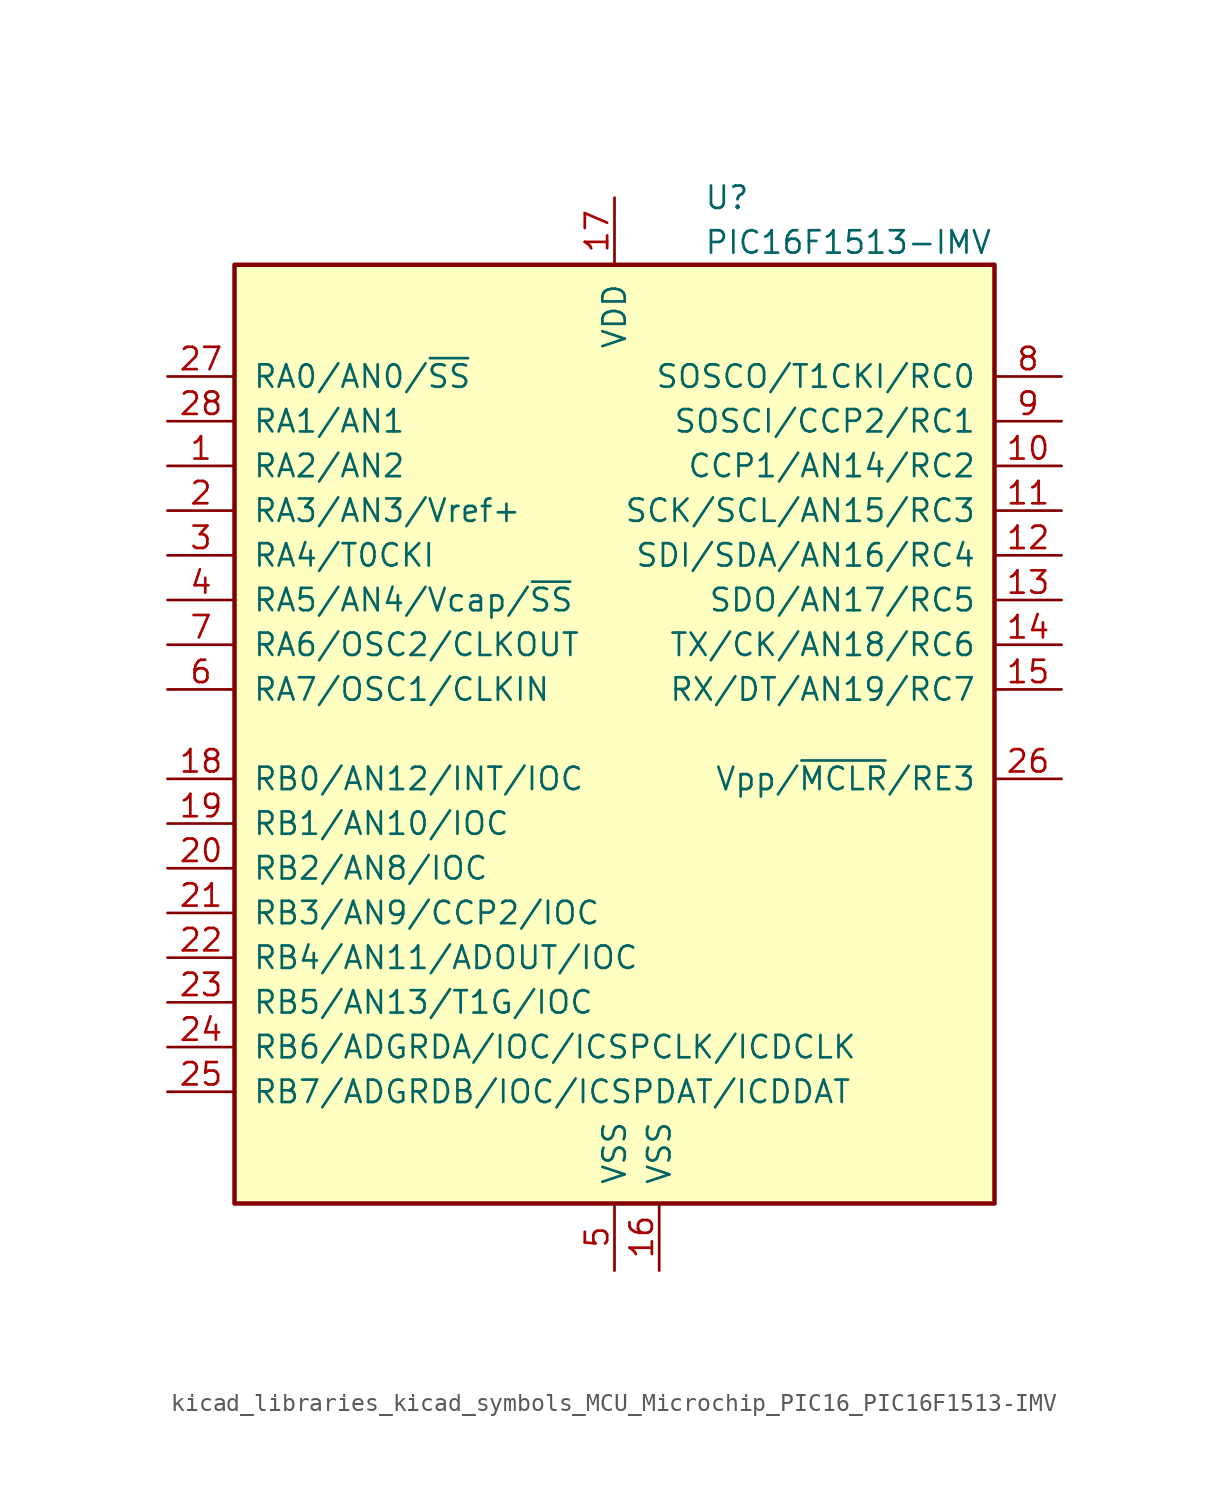
<source format=kicad_sym>
(kicad_symbol_lib
  (version 20220914)
  (generator kicad_symbol_editor)
  (symbol "kicad_libraries_kicad_symbols_MCU_Microchip_PIC16_PIC16F1513-IMV"
    (pin_names
      (offset 1.016))
    (property "Reference" "U"
      (at 5.08 30.48 0)
      (effects (font (size 1.27 1.27)) (justify left)))
    (property "Value" "PIC16F1513-IMV"
      (at 5.08 27.94 0)
      (effects (font (size 1.27 1.27)) (justify left)))
    (symbol "kicad_libraries_kicad_symbols_MCU_Microchip_PIC16_PIC16F1513-IMV_0_1"
      (rectangle (start -21.59 26.67) (end 21.59 -26.67) (stroke (width 0.254) (type default)) (fill (type background))))
    (symbol "kicad_libraries_kicad_symbols_MCU_Microchip_PIC16_PIC16F1513-IMV_1_1"
      (pin bidirectional line (at -25.4 15.24 0) (length 3.81) (name "RA2/AN2" (effects (font (size 1.27 1.27)))) (number "1" (effects (font (size 1.27 1.27)))))
      (pin bidirectional line (at 25.4 15.24 180) (length 3.81) (name "CCP1/AN14/RC2" (effects (font (size 1.27 1.27)))) (number "10" (effects (font (size 1.27 1.27)))))
      (pin bidirectional line (at 25.4 12.7 180) (length 3.81) (name "SCK/SCL/AN15/RC3" (effects (font (size 1.27 1.27)))) (number "11" (effects (font (size 1.27 1.27)))))
      (pin bidirectional line (at 25.4 10.16 180) (length 3.81) (name "SDI/SDA/AN16/RC4" (effects (font (size 1.27 1.27)))) (number "12" (effects (font (size 1.27 1.27)))))
      (pin bidirectional line (at 25.4 7.62 180) (length 3.81) (name "SDO/AN17/RC5" (effects (font (size 1.27 1.27)))) (number "13" (effects (font (size 1.27 1.27)))))
      (pin bidirectional line (at 25.4 5.08 180) (length 3.81) (name "TX/CK/AN18/RC6" (effects (font (size 1.27 1.27)))) (number "14" (effects (font (size 1.27 1.27)))))
      (pin bidirectional line (at 25.4 2.54 180) (length 3.81) (name "RX/DT/AN19/RC7" (effects (font (size 1.27 1.27)))) (number "15" (effects (font (size 1.27 1.27)))))
      (pin power_in line (at 2.54 -30.48 90) (length 3.81) (name "VSS" (effects (font (size 1.27 1.27)))) (number "16" (effects (font (size 1.27 1.27)))))
      (pin power_in line (at 0 30.48 270) (length 3.81) (name "VDD" (effects (font (size 1.27 1.27)))) (number "17" (effects (font (size 1.27 1.27)))))
      (pin bidirectional line (at -25.4 -2.54 0) (length 3.81) (name "RB0/AN12/INT/IOC" (effects (font (size 1.27 1.27)))) (number "18" (effects (font (size 1.27 1.27)))))
      (pin bidirectional line (at -25.4 -5.08 0) (length 3.81) (name "RB1/AN10/IOC" (effects (font (size 1.27 1.27)))) (number "19" (effects (font (size 1.27 1.27)))))
      (pin bidirectional line (at -25.4 12.7 0) (length 3.81) (name "RA3/AN3/Vref+" (effects (font (size 1.27 1.27)))) (number "2" (effects (font (size 1.27 1.27)))))
      (pin bidirectional line (at -25.4 -7.62 0) (length 3.81) (name "RB2/AN8/IOC" (effects (font (size 1.27 1.27)))) (number "20" (effects (font (size 1.27 1.27)))))
      (pin bidirectional line (at -25.4 -10.16 0) (length 3.81) (name "RB3/AN9/CCP2/IOC" (effects (font (size 1.27 1.27)))) (number "21" (effects (font (size 1.27 1.27)))))
      (pin bidirectional line (at -25.4 -12.7 0) (length 3.81) (name "RB4/AN11/ADOUT/IOC" (effects (font (size 1.27 1.27)))) (number "22" (effects (font (size 1.27 1.27)))))
      (pin bidirectional line (at -25.4 -15.24 0) (length 3.81) (name "RB5/AN13/T1G/IOC" (effects (font (size 1.27 1.27)))) (number "23" (effects (font (size 1.27 1.27)))))
      (pin bidirectional line (at -25.4 -17.78 0) (length 3.81) (name "RB6/ADGRDA/IOC/ICSPCLK/ICDCLK" (effects (font (size 1.27 1.27)))) (number "24" (effects (font (size 1.27 1.27)))))
      (pin bidirectional line (at -25.4 -20.32 0) (length 3.81) (name "RB7/ADGRDB/IOC/ICSPDAT/ICDDAT" (effects (font (size 1.27 1.27)))) (number "25" (effects (font (size 1.27 1.27)))))
      (pin input line (at 25.4 -2.54 180) (length 3.81) (name "Vpp/~{MCLR}/RE3" (effects (font (size 1.27 1.27)))) (number "26" (effects (font (size 1.27 1.27)))))
      (pin bidirectional line (at -25.4 20.32 0) (length 3.81) (name "RA0/AN0/~{SS}" (effects (font (size 1.27 1.27)))) (number "27" (effects (font (size 1.27 1.27)))))
      (pin bidirectional line (at -25.4 17.78 0) (length 3.81) (name "RA1/AN1" (effects (font (size 1.27 1.27)))) (number "28" (effects (font (size 1.27 1.27)))))
      (pin bidirectional line (at -25.4 10.16 0) (length 3.81) (name "RA4/T0CKI" (effects (font (size 1.27 1.27)))) (number "3" (effects (font (size 1.27 1.27)))))
      (pin bidirectional line (at -25.4 7.62 0) (length 3.81) (name "RA5/AN4/Vcap/~{SS}" (effects (font (size 1.27 1.27)))) (number "4" (effects (font (size 1.27 1.27)))))
      (pin power_in line (at 0 -30.48 90) (length 3.81) (name "VSS" (effects (font (size 1.27 1.27)))) (number "5" (effects (font (size 1.27 1.27)))))
      (pin bidirectional line (at -25.4 2.54 0) (length 3.81) (name "RA7/OSC1/CLKIN" (effects (font (size 1.27 1.27)))) (number "6" (effects (font (size 1.27 1.27)))))
      (pin bidirectional line (at -25.4 5.08 0) (length 3.81) (name "RA6/OSC2/CLKOUT" (effects (font (size 1.27 1.27)))) (number "7" (effects (font (size 1.27 1.27)))))
      (pin bidirectional line (at 25.4 20.32 180) (length 3.81) (name "SOSCO/T1CKI/RC0" (effects (font (size 1.27 1.27)))) (number "8" (effects (font (size 1.27 1.27)))))
      (pin bidirectional line (at 25.4 17.78 180) (length 3.81) (name "SOSCI/CCP2/RC1" (effects (font (size 1.27 1.27)))) (number "9" (effects (font (size 1.27 1.27))))))))
</source>
